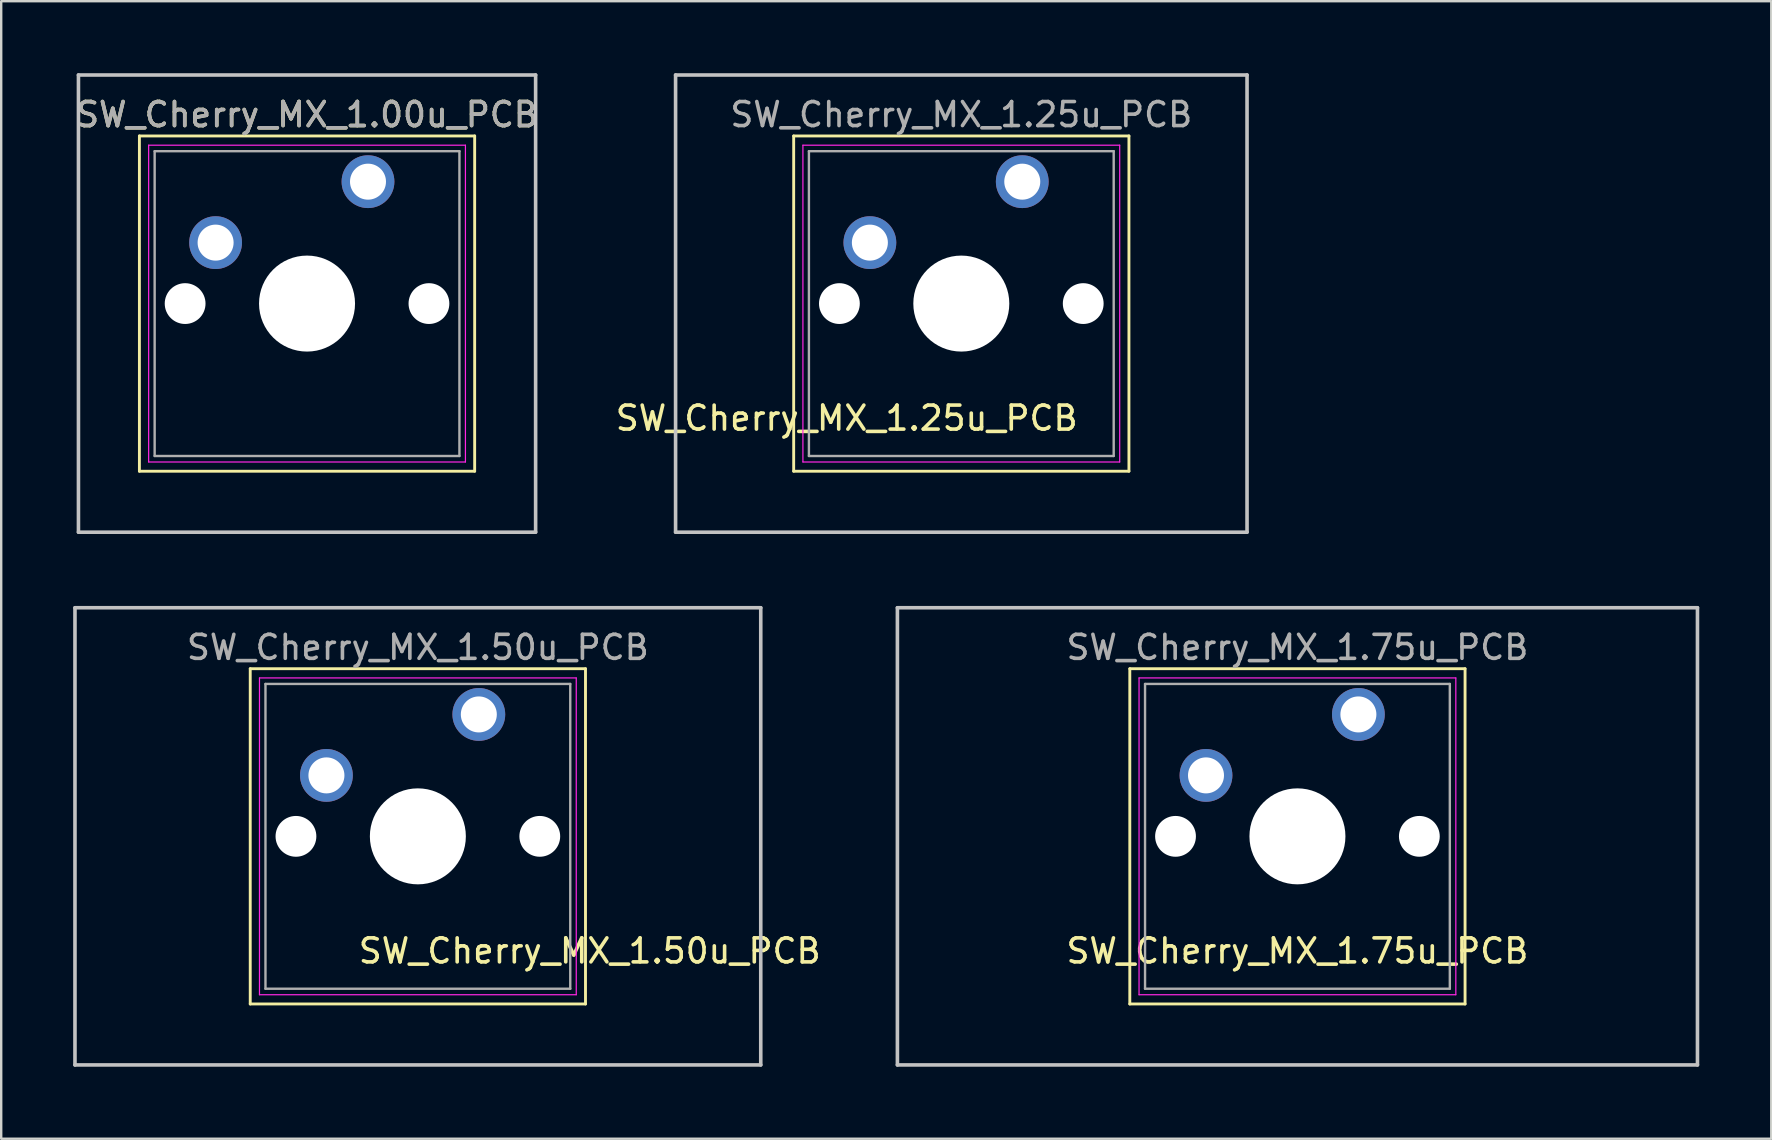
<source format=kicad_pcb>
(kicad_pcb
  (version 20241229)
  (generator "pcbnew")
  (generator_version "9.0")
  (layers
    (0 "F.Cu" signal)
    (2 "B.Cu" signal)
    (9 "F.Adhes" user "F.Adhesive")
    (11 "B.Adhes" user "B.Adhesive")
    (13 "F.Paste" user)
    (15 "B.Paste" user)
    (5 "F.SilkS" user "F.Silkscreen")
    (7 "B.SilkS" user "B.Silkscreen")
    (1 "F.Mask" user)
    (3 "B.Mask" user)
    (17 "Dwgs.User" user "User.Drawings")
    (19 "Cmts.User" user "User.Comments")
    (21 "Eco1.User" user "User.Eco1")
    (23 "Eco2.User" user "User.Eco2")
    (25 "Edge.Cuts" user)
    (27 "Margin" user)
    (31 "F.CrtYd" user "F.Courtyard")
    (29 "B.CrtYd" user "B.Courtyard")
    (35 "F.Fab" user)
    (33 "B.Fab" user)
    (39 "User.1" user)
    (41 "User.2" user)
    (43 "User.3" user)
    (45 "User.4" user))
  (footprint "SW_Cherry_MX_1.50u_PCB"
    (layer "F.Cu")
    (at 16.902 26.72)
    (property "Reference" "SW_Cherry_MX_1.50u_PCB" (at 4.622 9.855 0) (layer "F.SilkS") (effects (font (size 1 1) (thickness 0.15))))
    (attr through_hole)
    (fp_line (start -9.525 -1.905) (end 4.445 -1.905) (stroke (width 0.12) (type solid)) (layer "F.SilkS"))
    (fp_line (start -9.525 12.065) (end -9.525 -1.905) (stroke (width 0.12) (type solid)) (layer "F.SilkS"))
    (fp_line (start 4.445 -1.905) (end 4.445 12.065) (stroke (width 0.12) (type solid)) (layer "F.SilkS"))
    (fp_line (start 4.445 12.065) (end -9.525 12.065) (stroke (width 0.12) (type solid)) (layer "F.SilkS"))
    (fp_line (start -16.828 -4.445) (end 11.748 -4.445) (stroke (width 0.15) (type solid)) (layer "Dwgs.User"))
    (fp_line (start -16.828 14.605) (end -16.828 -4.445) (stroke (width 0.15) (type solid)) (layer "Dwgs.User"))
    (fp_line (start 11.748 -4.445) (end 11.748 14.605) (stroke (width 0.15) (type solid)) (layer "Dwgs.User"))
    (fp_line (start 11.748 14.605) (end -16.828 14.605) (stroke (width 0.15) (type solid)) (layer "Dwgs.User"))
    (fp_line (start -9.14 -1.52) (end 4.06 -1.52) (stroke (width 0.05) (type solid)) (layer "F.CrtYd"))
    (fp_line (start -9.14 11.68) (end -9.14 -1.52) (stroke (width 0.05) (type solid)) (layer "F.CrtYd"))
    (fp_line (start 4.06 -1.52) (end 4.06 11.68) (stroke (width 0.05) (type solid)) (layer "F.CrtYd"))
    (fp_line (start 4.06 11.68) (end -9.14 11.68) (stroke (width 0.05) (type solid)) (layer "F.CrtYd"))
    (fp_line (start -8.89 -1.27) (end 3.81 -1.27) (stroke (width 0.1) (type solid)) (layer "F.Fab"))
    (fp_line (start -8.89 11.43) (end -8.89 -1.27) (stroke (width 0.1) (type solid)) (layer "F.Fab"))
    (fp_line (start 3.81 -1.27) (end 3.81 11.43) (stroke (width 0.1) (type solid)) (layer "F.Fab"))
    (fp_line (start 3.81 11.43) (end -8.89 11.43) (stroke (width 0.1) (type solid)) (layer "F.Fab"))
    (fp_text user "${REFERENCE}" (at -2.54 -2.794 0) (layer "F.Fab") (effects (font (size 1 1) (thickness 0.15))))
    (pad "" np_thru_hole circle (at -7.62 5.08) (size 1.7 1.7) (drill 1.7) (layers "*.Cu" "*.Mask"))
    (pad "" np_thru_hole circle (at -2.54 5.08) (size 4 4) (drill 4) (layers "*.Cu" "*.Mask"))
    (pad "" np_thru_hole circle (at 2.54 5.08) (size 1.7 1.7) (drill 1.7) (layers "*.Cu" "*.Mask"))
    (pad "1" thru_hole circle (at 0 0) (size 2.2 2.2) (drill 1.5) (layers "*.Cu" "*.Mask"))
    (pad "2" thru_hole circle (at -6.35 2.54) (size 2.2 2.2) (drill 1.5) (layers "*.Cu" "*.Mask")))
  (footprint "SW_Cherry_MX_1.00u_PCB"
    (layer "F.Cu")
    (at 9.744 9.6)
    (property "Reference" "SW_Cherry_MX_1.00u_PCB" (at 0 -7.874 0) (layer "F.SilkS") (effects (font (size 1 1) (thickness 0.15))))
    (attr through_hole)
    (fp_line (start -6.985 -6.985) (end 6.985 -6.985) (stroke (width 0.12) (type solid)) (layer "F.SilkS"))
    (fp_line (start -6.985 6.985) (end -6.985 -6.985) (stroke (width 0.12) (type solid)) (layer "F.SilkS"))
    (fp_line (start 6.985 -6.985) (end 6.985 6.985) (stroke (width 0.12) (type solid)) (layer "F.SilkS"))
    (fp_line (start 6.985 6.985) (end -6.985 6.985) (stroke (width 0.12) (type solid)) (layer "F.SilkS"))
    (fp_line (start -9.525 -9.525) (end 9.525 -9.525) (stroke (width 0.15) (type solid)) (layer "Dwgs.User"))
    (fp_line (start -9.525 9.525) (end -9.525 -9.525) (stroke (width 0.15) (type solid)) (layer "Dwgs.User"))
    (fp_line (start 9.525 -9.525) (end 9.525 9.525) (stroke (width 0.15) (type solid)) (layer "Dwgs.User"))
    (fp_line (start 9.525 9.525) (end -9.525 9.525) (stroke (width 0.15) (type solid)) (layer "Dwgs.User"))
    (fp_line (start -6.6 -6.6) (end 6.6 -6.6) (stroke (width 0.05) (type solid)) (layer "F.CrtYd"))
    (fp_line (start -6.6 6.6) (end -6.6 -6.6) (stroke (width 0.05) (type solid)) (layer "F.CrtYd"))
    (fp_line (start 6.6 -6.6) (end 6.6 6.6) (stroke (width 0.05) (type solid)) (layer "F.CrtYd"))
    (fp_line (start 6.6 6.6) (end -6.6 6.6) (stroke (width 0.05) (type solid)) (layer "F.CrtYd"))
    (fp_line (start -6.35 -6.35) (end 6.35 -6.35) (stroke (width 0.1) (type solid)) (layer "F.Fab"))
    (fp_line (start -6.35 6.35) (end -6.35 -6.35) (stroke (width 0.1) (type solid)) (layer "F.Fab"))
    (fp_line (start 6.35 -6.35) (end 6.35 6.35) (stroke (width 0.1) (type solid)) (layer "F.Fab"))
    (fp_line (start 6.35 6.35) (end -6.35 6.35) (stroke (width 0.1) (type solid)) (layer "F.Fab"))
    (fp_text user "${REFERENCE}" (at 0 -7.874 0) (layer "F.Fab") (effects (font (size 1 1) (thickness 0.15))))
    (pad "" np_thru_hole circle (at -5.08 0) (size 1.7 1.7) (drill 1.7) (layers "*.Cu" "*.Mask"))
    (pad "" np_thru_hole circle (at 0 0) (size 4 4) (drill 4) (layers "*.Cu" "*.Mask"))
    (pad "" np_thru_hole circle (at 5.08 0) (size 1.7 1.7) (drill 1.7) (layers "*.Cu" "*.Mask"))
    (pad "1" thru_hole circle (at 2.54 -5.08) (size 2.2 2.2) (drill 1.5) (layers "*.Cu" "*.Mask"))
    (pad "2" thru_hole circle (at -3.81 -2.54) (size 2.2 2.2) (drill 1.5) (layers "*.Cu" "*.Mask")))
  (footprint "SW_Cherry_MX_1.25u_PCB"
    (layer "F.Cu")
    (at 39.547 4.52)
    (property "Reference" "SW_Cherry_MX_1.25u_PCB" (at -7.315 9.855 0) (layer "F.SilkS") (effects (font (size 1 1) (thickness 0.15))))
    (attr through_hole)
    (fp_line (start -9.525 -1.905) (end 4.445 -1.905) (stroke (width 0.12) (type solid)) (layer "F.SilkS"))
    (fp_line (start -9.525 12.065) (end -9.525 -1.905) (stroke (width 0.12) (type solid)) (layer "F.SilkS"))
    (fp_line (start 4.445 -1.905) (end 4.445 12.065) (stroke (width 0.12) (type solid)) (layer "F.SilkS"))
    (fp_line (start 4.445 12.065) (end -9.525 12.065) (stroke (width 0.12) (type solid)) (layer "F.SilkS"))
    (fp_line (start -14.446 -4.445) (end 9.366 -4.445) (stroke (width 0.15) (type solid)) (layer "Dwgs.User"))
    (fp_line (start -14.446 14.605) (end -14.446 -4.445) (stroke (width 0.15) (type solid)) (layer "Dwgs.User"))
    (fp_line (start 9.366 -4.445) (end 9.366 14.605) (stroke (width 0.15) (type solid)) (layer "Dwgs.User"))
    (fp_line (start 9.366 14.605) (end -14.446 14.605) (stroke (width 0.15) (type solid)) (layer "Dwgs.User"))
    (fp_line (start -9.14 -1.52) (end 4.06 -1.52) (stroke (width 0.05) (type solid)) (layer "F.CrtYd"))
    (fp_line (start -9.14 11.68) (end -9.14 -1.52) (stroke (width 0.05) (type solid)) (layer "F.CrtYd"))
    (fp_line (start 4.06 -1.52) (end 4.06 11.68) (stroke (width 0.05) (type solid)) (layer "F.CrtYd"))
    (fp_line (start 4.06 11.68) (end -9.14 11.68) (stroke (width 0.05) (type solid)) (layer "F.CrtYd"))
    (fp_line (start -8.89 -1.27) (end 3.81 -1.27) (stroke (width 0.1) (type solid)) (layer "F.Fab"))
    (fp_line (start -8.89 11.43) (end -8.89 -1.27) (stroke (width 0.1) (type solid)) (layer "F.Fab"))
    (fp_line (start 3.81 -1.27) (end 3.81 11.43) (stroke (width 0.1) (type solid)) (layer "F.Fab"))
    (fp_line (start 3.81 11.43) (end -8.89 11.43) (stroke (width 0.1) (type solid)) (layer "F.Fab"))
    (fp_text user "${REFERENCE}" (at -2.54 -2.794 0) (layer "F.Fab") (effects (font (size 1 1) (thickness 0.15))))
    (pad "" np_thru_hole circle (at -7.62 5.08) (size 1.7 1.7) (drill 1.7) (layers "*.Cu" "*.Mask"))
    (pad "" np_thru_hole circle (at -2.54 5.08) (size 4 4) (drill 4) (layers "*.Cu" "*.Mask"))
    (pad "" np_thru_hole circle (at 2.54 5.08) (size 1.7 1.7) (drill 1.7) (layers "*.Cu" "*.Mask"))
    (pad "1" thru_hole circle (at 0 0) (size 2.2 2.2) (drill 1.5) (layers "*.Cu" "*.Mask"))
    (pad "2" thru_hole circle (at -6.35 2.54) (size 2.2 2.2) (drill 1.5) (layers "*.Cu" "*.Mask")))
  (footprint "SW_Cherry_MX_1.75u_PCB"
    (layer "F.Cu")
    (at 53.553 26.72)
    (property "Reference" "SW_Cherry_MX_1.75u_PCB" (at -2.54 9.855 0) (layer "F.SilkS") (effects (font (size 1 1) (thickness 0.15))))
    (attr through_hole)
    (fp_line (start -9.525 -1.905) (end 4.445 -1.905) (stroke (width 0.12) (type solid)) (layer "F.SilkS"))
    (fp_line (start -9.525 12.065) (end -9.525 -1.905) (stroke (width 0.12) (type solid)) (layer "F.SilkS"))
    (fp_line (start 4.445 -1.905) (end 4.445 12.065) (stroke (width 0.12) (type solid)) (layer "F.SilkS"))
    (fp_line (start 4.445 12.065) (end -9.525 12.065) (stroke (width 0.12) (type solid)) (layer "F.SilkS"))
    (fp_line (start -19.209 -4.445) (end 14.129 -4.445) (stroke (width 0.15) (type solid)) (layer "Dwgs.User"))
    (fp_line (start -19.209 14.605) (end -19.209 -4.445) (stroke (width 0.15) (type solid)) (layer "Dwgs.User"))
    (fp_line (start 14.129 -4.445) (end 14.129 14.605) (stroke (width 0.15) (type solid)) (layer "Dwgs.User"))
    (fp_line (start 14.129 14.605) (end -19.209 14.605) (stroke (width 0.15) (type solid)) (layer "Dwgs.User"))
    (fp_line (start -9.14 -1.52) (end 4.06 -1.52) (stroke (width 0.05) (type solid)) (layer "F.CrtYd"))
    (fp_line (start -9.14 11.68) (end -9.14 -1.52) (stroke (width 0.05) (type solid)) (layer "F.CrtYd"))
    (fp_line (start 4.06 -1.52) (end 4.06 11.68) (stroke (width 0.05) (type solid)) (layer "F.CrtYd"))
    (fp_line (start 4.06 11.68) (end -9.14 11.68) (stroke (width 0.05) (type solid)) (layer "F.CrtYd"))
    (fp_line (start -8.89 -1.27) (end 3.81 -1.27) (stroke (width 0.1) (type solid)) (layer "F.Fab"))
    (fp_line (start -8.89 11.43) (end -8.89 -1.27) (stroke (width 0.1) (type solid)) (layer "F.Fab"))
    (fp_line (start 3.81 -1.27) (end 3.81 11.43) (stroke (width 0.1) (type solid)) (layer "F.Fab"))
    (fp_line (start 3.81 11.43) (end -8.89 11.43) (stroke (width 0.1) (type solid)) (layer "F.Fab"))
    (fp_text user "${REFERENCE}" (at -2.54 -2.794 0) (layer "F.Fab") (effects (font (size 1 1) (thickness 0.15))))
    (pad "" np_thru_hole circle (at -7.62 5.08) (size 1.7 1.7) (drill 1.7) (layers "*.Cu" "*.Mask"))
    (pad "" np_thru_hole circle (at -2.54 5.08) (size 4 4) (drill 4) (layers "*.Cu" "*.Mask"))
    (pad "" np_thru_hole circle (at 2.54 5.08) (size 1.7 1.7) (drill 1.7) (layers "*.Cu" "*.Mask"))
    (pad "1" thru_hole circle (at 0 0) (size 2.2 2.2) (drill 1.5) (layers "*.Cu" "*.Mask"))
    (pad "2" thru_hole circle (at -6.35 2.54) (size 2.2 2.2) (drill 1.5) (layers "*.Cu" "*.Mask")))
  (gr_rect
    (start -3 -3)
    (end 70.757 44.4)
    (stroke (width 0.1) (type default))
    (fill no)
    (layer "Edge.Cuts")))
</source>
